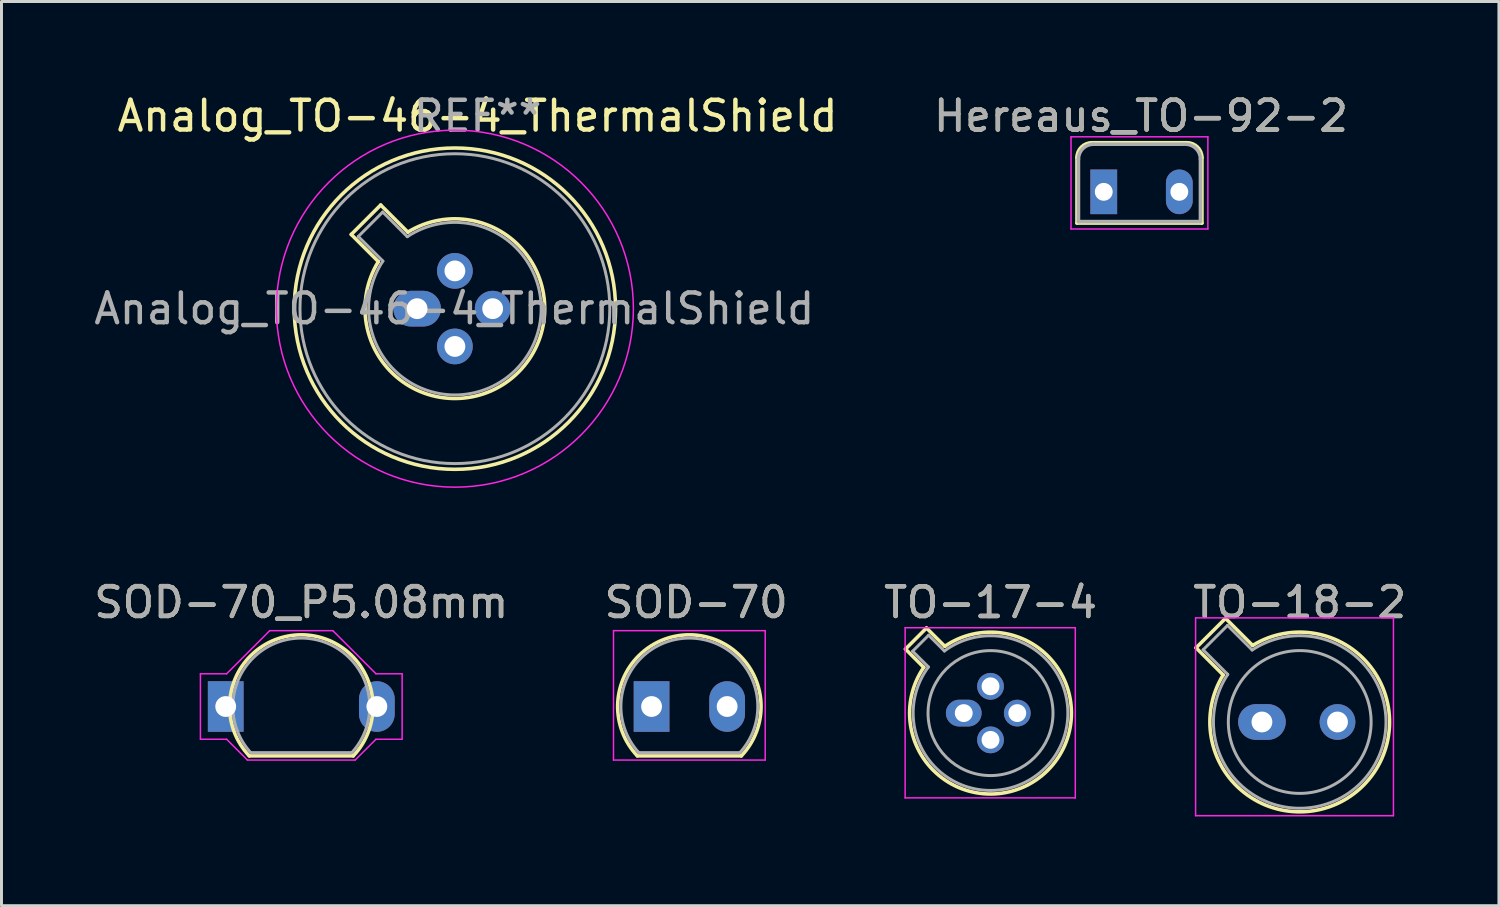
<source format=kicad_pcb>
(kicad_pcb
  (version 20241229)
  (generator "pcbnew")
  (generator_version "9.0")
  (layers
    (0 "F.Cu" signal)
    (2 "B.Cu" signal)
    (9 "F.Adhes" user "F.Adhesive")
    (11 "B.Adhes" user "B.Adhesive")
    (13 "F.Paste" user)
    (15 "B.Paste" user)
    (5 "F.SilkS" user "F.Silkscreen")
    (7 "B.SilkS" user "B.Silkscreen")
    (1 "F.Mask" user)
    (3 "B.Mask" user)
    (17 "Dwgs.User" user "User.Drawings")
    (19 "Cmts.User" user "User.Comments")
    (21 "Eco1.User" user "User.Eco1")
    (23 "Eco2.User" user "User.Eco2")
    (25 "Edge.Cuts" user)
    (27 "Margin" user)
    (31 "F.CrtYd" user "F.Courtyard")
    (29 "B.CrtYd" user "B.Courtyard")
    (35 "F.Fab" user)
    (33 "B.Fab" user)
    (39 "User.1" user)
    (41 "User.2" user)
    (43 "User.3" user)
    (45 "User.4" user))
  (footprint "Analog_TO-46-4_ThermalShield"
    (layer "F.Cu")
    (at 10.97 7.325)
    (property "Reference" "Analog_TO-46-4_ThermalShield" (at 2.032 -6.477 0) (layer "F.SilkS") (effects (font (size 1 1) (thickness 0.15))))
    (attr through_hole)
    (fp_line (start -2.214 -2.494) (end -1.302 -1.582) (stroke (width 0.12) (type solid)) (layer "F.SilkS"))
    (fp_line (start -1.224 -3.484) (end -2.214 -2.494) (stroke (width 0.12) (type solid)) (layer "F.SilkS"))
    (fp_line (start -0.312 -2.572) (end -1.224 -3.484) (stroke (width 0.12) (type solid)) (layer "F.SilkS"))
    (fp_arc (start -0.312331 -2.572281) (mid 3.405374 2.135551) (end -1.30215 -1.582544) (stroke (width 0.12) (type solid)) (layer "F.SilkS"))
    (fp_circle (center 1.27 0) (end 6.67 0) (stroke (width 0.12) (type solid)) (fill no) (layer "F.SilkS"))
    (fp_circle (center 1.27 0) (end 7.27 0) (stroke (width 0.05) (type solid)) (fill no) (layer "F.CrtYd"))
    (fp_line (start -1.977 -2.426) (end -1.149 -1.599) (stroke (width 0.1) (type solid)) (layer "F.Fab"))
    (fp_line (start -1.156 -3.247) (end -1.977 -2.426) (stroke (width 0.1) (type solid)) (layer "F.Fab"))
    (fp_line (start -0.329 -2.419) (end -1.156 -3.247) (stroke (width 0.1) (type solid)) (layer "F.Fab"))
    (fp_arc (start -0.329057 -2.419301) (mid 3.321076 2.050143) (end -1.150029 -1.597956) (stroke (width 0.1) (type solid)) (layer "F.Fab"))
    (fp_circle (center 1.27 0) (end 6.477 0) (stroke (width 0.1) (type solid)) (fill no) (layer "F.Fab"))
    (fp_text user "REF**" (at 2.032 -6.477 0) (layer "F.Fab") (effects (font (size 1 1) (thickness 0.15))))
    (fp_text user "${REFERENCE}" (at 1.25 0 0) (layer "F.Fab") (effects (font (size 1 1) (thickness 0.15))))
    (pad "1" thru_hole oval (at 0 0) (size 1.6 1.2) (drill 0.7) (layers "*.Cu" "*.Mask"))
    (pad "2" thru_hole circle (at 1.27 1.27) (size 1.2 1.2) (drill 0.7) (layers "*.Cu" "*.Mask"))
    (pad "3" thru_hole circle (at 2.54 0) (size 1.2 1.2) (drill 0.7) (layers "*.Cu" "*.Mask"))
    (pad "4" thru_hole circle (at 1.27 -1.27) (size 1.2 1.2) (drill 0.7) (layers "*.Cu" "*.Mask")))
  (footprint "SOD-70"
    (layer "F.Cu")
    (at 18.851 20.698)
    (property "Reference" "SOD-70" (at 1.5 -3.5 0) (layer "F.SilkS") (effects (font (size 1 1) (thickness 0.15))))
    (attr through_hole)
    (fp_line (start 3.017 1.66) (end -0.477 1.66) (stroke (width 0.12) (type solid)) (layer "F.SilkS"))
    (fp_arc (start -0.477141 1.66) (mid 1.27 -2.41) (end 3.017141 1.66) (stroke (width 0.12) (type solid)) (layer "F.SilkS"))
    (fp_line (start -1.28 -2.55) (end 3.82 -2.55) (stroke (width 0.05) (type solid)) (layer "F.CrtYd"))
    (fp_line (start -1.28 1.8) (end -1.28 -2.55) (stroke (width 0.05) (type solid)) (layer "F.CrtYd"))
    (fp_line (start 3.82 -2.55) (end 3.82 1.8) (stroke (width 0.05) (type solid)) (layer "F.CrtYd"))
    (fp_line (start 3.82 1.8) (end -1.28 1.8) (stroke (width 0.05) (type solid)) (layer "F.CrtYd"))
    (fp_line (start 2.969 1.55) (end -0.429 1.55) (stroke (width 0.1) (type solid)) (layer "F.Fab"))
    (fp_arc (start -0.429265 1.55) (mid 1.27 -2.3) (end 2.969265 1.55) (stroke (width 0.1) (type solid)) (layer "F.Fab"))
    (fp_text user "${REFERENCE}" (at 1.5 -3.5 0) (layer "F.Fab") (effects (font (size 1 1) (thickness 0.15))))
    (pad "1" thru_hole rect (at 0 0) (size 1.2 1.7) (drill 0.7) (layers "*.Cu" "*.Mask"))
    (pad "2" thru_hole oval (at 2.54 0) (size 1.2 1.7) (drill 0.7) (layers "*.Cu" "*.Mask")))
  (footprint "TO-18-2"
    (layer "F.Cu")
    (at 39.367 21.218)
    (property "Reference" "TO-18-2" (at 1.27 -4.02 0) (layer "F.SilkS") (effects (font (size 1 1) (thickness 0.15))))
    (attr through_hole)
    (fp_line (start -2.214 -2.494) (end -1.302 -1.582) (stroke (width 0.12) (type solid)) (layer "F.SilkS"))
    (fp_line (start -1.224 -3.484) (end -2.214 -2.494) (stroke (width 0.12) (type solid)) (layer "F.SilkS"))
    (fp_line (start -0.312 -2.572) (end -1.224 -3.484) (stroke (width 0.12) (type solid)) (layer "F.SilkS"))
    (fp_arc (start -0.312331 -2.572281) (mid 3.405374 2.135551) (end -1.30215 -1.582544) (stroke (width 0.12) (type solid)) (layer "F.SilkS"))
    (fp_line (start -2.23 -3.5) (end -2.23 3.15) (stroke (width 0.05) (type solid)) (layer "F.CrtYd"))
    (fp_line (start -2.23 3.15) (end 4.42 3.15) (stroke (width 0.05) (type solid)) (layer "F.CrtYd"))
    (fp_line (start 4.42 -3.5) (end -2.23 -3.5) (stroke (width 0.05) (type solid)) (layer "F.CrtYd"))
    (fp_line (start 4.42 3.15) (end 4.42 -3.5) (stroke (width 0.05) (type solid)) (layer "F.CrtYd"))
    (fp_line (start -1.977 -2.426) (end -1.149 -1.599) (stroke (width 0.1) (type solid)) (layer "F.Fab"))
    (fp_line (start -1.156 -3.247) (end -1.977 -2.426) (stroke (width 0.1) (type solid)) (layer "F.Fab"))
    (fp_line (start -0.329 -2.419) (end -1.156 -3.247) (stroke (width 0.1) (type solid)) (layer "F.Fab"))
    (fp_arc (start -0.329057 -2.419301) (mid 3.321076 2.050143) (end -1.150029 -1.597956) (stroke (width 0.1) (type solid)) (layer "F.Fab"))
    (fp_circle (center 1.27 0) (end 3.67 0) (stroke (width 0.1) (type solid)) (fill no) (layer "F.Fab"))
    (fp_text user "${REFERENCE}" (at 1.27 -4.02 0) (layer "F.Fab") (effects (font (size 1 1) (thickness 0.15))))
    (pad "1" thru_hole oval (at 0 0) (size 1.6 1.2) (drill 0.7) (layers "*.Cu" "*.Mask"))
    (pad "2" thru_hole oval (at 2.54 0) (size 1.2 1.2) (drill 0.7) (layers "*.Cu" "*.Mask")))
  (footprint "Hereaus_TO-92-2"
    (layer "F.Cu")
    (at 34.05 3.398)
    (property "Reference" "Hereaus_TO-92-2" (at 1.25 -2.55 0) (layer "F.SilkS") (effects (font (size 1 1) (thickness 0.15))))
    (attr through_hole)
    (fp_line (start -0.9 1.05) (end -0.9 -1.15) (stroke (width 0.12) (type solid)) (layer "F.SilkS"))
    (fp_line (start -0.4 -1.65) (end 2.8 -1.65) (stroke (width 0.12) (type solid)) (layer "F.SilkS"))
    (fp_line (start 3.3 -1.15) (end 3.3 1.05) (stroke (width 0.12) (type solid)) (layer "F.SilkS"))
    (fp_line (start 3.3 1.05) (end -0.9 1.05) (stroke (width 0.12) (type solid)) (layer "F.SilkS"))
    (fp_arc (start -0.9 -1.15) (mid -0.753553 -1.503553) (end -0.4 -1.65) (stroke (width 0.12) (type solid)) (layer "F.SilkS"))
    (fp_arc (start 2.8 -1.65) (mid 3.153553 -1.503553) (end 3.3 -1.15) (stroke (width 0.12) (type solid)) (layer "F.SilkS"))
    (fp_line (start -1.1 -1.85) (end -1.1 1.25) (stroke (width 0.05) (type solid)) (layer "F.CrtYd"))
    (fp_line (start -1.1 1.25) (end 3.5 1.25) (stroke (width 0.05) (type solid)) (layer "F.CrtYd"))
    (fp_line (start 3.5 -1.85) (end -1.1 -1.85) (stroke (width 0.05) (type solid)) (layer "F.CrtYd"))
    (fp_line (start 3.5 1.25) (end 3.5 -1.85) (stroke (width 0.05) (type solid)) (layer "F.CrtYd"))
    (fp_line (start -0.85 -1.1) (end -0.85 1) (stroke (width 0.12) (type solid)) (layer "F.Fab"))
    (fp_line (start -0.85 1) (end 3.25 1) (stroke (width 0.12) (type solid)) (layer "F.Fab"))
    (fp_line (start 2.7 -1.6) (end -0.35 -1.6) (stroke (width 0.12) (type solid)) (layer "F.Fab"))
    (fp_line (start 3.25 1) (end 3.25 -1.1) (stroke (width 0.12) (type solid)) (layer "F.Fab"))
    (fp_arc (start -0.85 -1.1) (mid -0.703553 -1.453553) (end -0.35 -1.6) (stroke (width 0.12) (type solid)) (layer "F.Fab"))
    (fp_arc (start 2.75 -1.6) (mid 3.103553 -1.453553) (end 3.25 -1.1) (stroke (width 0.12) (type solid)) (layer "F.Fab"))
    (fp_text user "${REFERENCE}" (at 1.25 -2.55 0) (layer "F.Fab") (effects (font (size 1 1) (thickness 0.15))))
    (pad "1" thru_hole rect (at 0 0 180) (size 0.9 1.5) (drill 0.6) (layers "*.Cu" "*.Mask"))
    (pad "2" thru_hole oval (at 2.54 0 180) (size 0.9 1.5) (drill 0.6) (layers "*.Cu" "*.Mask")))
  (footprint "SOD-70_P5.08mm"
    (layer "F.Cu")
    (at 4.537 20.698)
    (property "Reference" "SOD-70_P5.08mm" (at 2.54 -3.5 0) (layer "F.SilkS") (effects (font (size 1 1) (thickness 0.15))))
    (attr through_hole)
    (fp_line (start 4.287 1.66) (end 0.793 1.66) (stroke (width 0.12) (type solid)) (layer "F.SilkS"))
    (fp_arc (start 0.792859 1.66) (mid 2.54 -2.41) (end 4.287141 1.66) (stroke (width 0.12) (type solid)) (layer "F.SilkS"))
    (fp_line (start -0.85 -1.1) (end -0.85 1.1) (stroke (width 0.05) (type solid)) (layer "F.CrtYd"))
    (fp_line (start -0.85 1.1) (end 0.03 1.1) (stroke (width 0.05) (type solid)) (layer "F.CrtYd"))
    (fp_line (start 0.03 -1.1) (end -0.85 -1.1) (stroke (width 0.05) (type solid)) (layer "F.CrtYd"))
    (fp_line (start 0.03 1.1) (end 0.73 1.8) (stroke (width 0.05) (type solid)) (layer "F.CrtYd"))
    (fp_line (start 1.48 -2.55) (end 0.03 -1.1) (stroke (width 0.05) (type solid)) (layer "F.CrtYd"))
    (fp_line (start 1.48 -2.55) (end 3.6 -2.55) (stroke (width 0.05) (type solid)) (layer "F.CrtYd"))
    (fp_line (start 3.6 -2.55) (end 5.05 -1.1) (stroke (width 0.05) (type solid)) (layer "F.CrtYd"))
    (fp_line (start 4.35 1.8) (end 0.73 1.8) (stroke (width 0.05) (type solid)) (layer "F.CrtYd"))
    (fp_line (start 5.05 -1.1) (end 5.93 -1.1) (stroke (width 0.05) (type solid)) (layer "F.CrtYd"))
    (fp_line (start 5.05 1.1) (end 4.35 1.8) (stroke (width 0.05) (type solid)) (layer "F.CrtYd"))
    (fp_line (start 5.93 -1.1) (end 5.93 1.1) (stroke (width 0.05) (type solid)) (layer "F.CrtYd"))
    (fp_line (start 5.93 1.1) (end 5.05 1.1) (stroke (width 0.05) (type solid)) (layer "F.CrtYd"))
    (fp_line (start 4.239 1.55) (end 0.841 1.55) (stroke (width 0.1) (type solid)) (layer "F.Fab"))
    (fp_arc (start 0.840735 1.55) (mid 2.54 -2.3) (end 4.239265 1.55) (stroke (width 0.1) (type solid)) (layer "F.Fab"))
    (fp_text user "${REFERENCE}" (at 2.54 -3.5 0) (layer "F.Fab") (effects (font (size 1 1) (thickness 0.15))))
    (pad "1" thru_hole rect (at 0 0) (size 1.2 1.7) (drill 0.7) (layers "*.Cu" "*.Mask"))
    (pad "2" thru_hole oval (at 5.08 0) (size 1.2 1.7) (drill 0.7) (layers "*.Cu" "*.Mask")))
  (footprint "TO-17-4"
    (layer "F.Cu")
    (at 29.344 20.919)
    (property "Reference" "TO-17-4" (at 0.9 -3.72 0) (layer "F.SilkS") (effects (font (size 1 1) (thickness 0.15))))
    (attr through_hole)
    (fp_line (start -1.959 -2.152) (end -1.344 -1.537) (stroke (width 0.12) (type solid)) (layer "F.SilkS"))
    (fp_line (start -1.252 -2.859) (end -1.959 -2.152) (stroke (width 0.12) (type solid)) (layer "F.SilkS"))
    (fp_line (start -0.637 -2.244) (end -1.252 -2.859) (stroke (width 0.12) (type solid)) (layer "F.SilkS"))
    (fp_arc (start -0.637002 -2.244109) (mid 2.82358 1.923081) (end -1.344508 -1.536419) (stroke (width 0.12) (type solid)) (layer "F.SilkS"))
    (fp_line (start -1.97 -2.87) (end -1.97 2.85) (stroke (width 0.05) (type solid)) (layer "F.CrtYd"))
    (fp_line (start -1.97 2.85) (end 3.75 2.85) (stroke (width 0.05) (type solid)) (layer "F.CrtYd"))
    (fp_line (start 3.75 -2.87) (end -1.97 -2.87) (stroke (width 0.05) (type solid)) (layer "F.CrtYd"))
    (fp_line (start 3.75 2.85) (end 3.75 -2.87) (stroke (width 0.05) (type solid)) (layer "F.CrtYd"))
    (fp_line (start -1.718 -2.08) (end -1.187 -1.55) (stroke (width 0.1) (type solid)) (layer "F.Fab"))
    (fp_line (start -1.18 -2.618) (end -1.718 -2.08) (stroke (width 0.1) (type solid)) (layer "F.Fab"))
    (fp_line (start -0.65 -2.087) (end -1.18 -2.618) (stroke (width 0.1) (type solid)) (layer "F.Fab"))
    (fp_arc (start -0.650035 -2.087436) (mid 2.738346 1.838609) (end -1.187214 -1.550334) (stroke (width 0.1) (type solid)) (layer "F.Fab"))
    (fp_circle (center 0.9 0) (end 3 0) (stroke (width 0.1) (type solid)) (fill no) (layer "F.Fab"))
    (fp_text user "${REFERENCE}" (at 0.9 -3.72 0) (layer "F.Fab") (effects (font (size 1 1) (thickness 0.15))))
    (pad "1" thru_hole oval (at 0 0) (size 1.2 0.9) (drill 0.6) (layers "*.Cu" "*.Mask"))
    (pad "2" thru_hole oval (at 0.9 0.9) (size 0.9 0.9) (drill 0.6) (layers "*.Cu" "*.Mask"))
    (pad "3" thru_hole oval (at 1.8 0) (size 0.9 0.9) (drill 0.6) (layers "*.Cu" "*.Mask"))
    (pad "4" thru_hole oval (at 0.9 -0.9) (size 0.9 0.9) (drill 0.6) (layers "*.Cu" "*.Mask")))
  (gr_rect
    (start -3 -3)
    (end 47.333 27.393)
    (stroke (width 0.1) (type default))
    (fill no)
    (layer "Edge.Cuts")))
</source>
